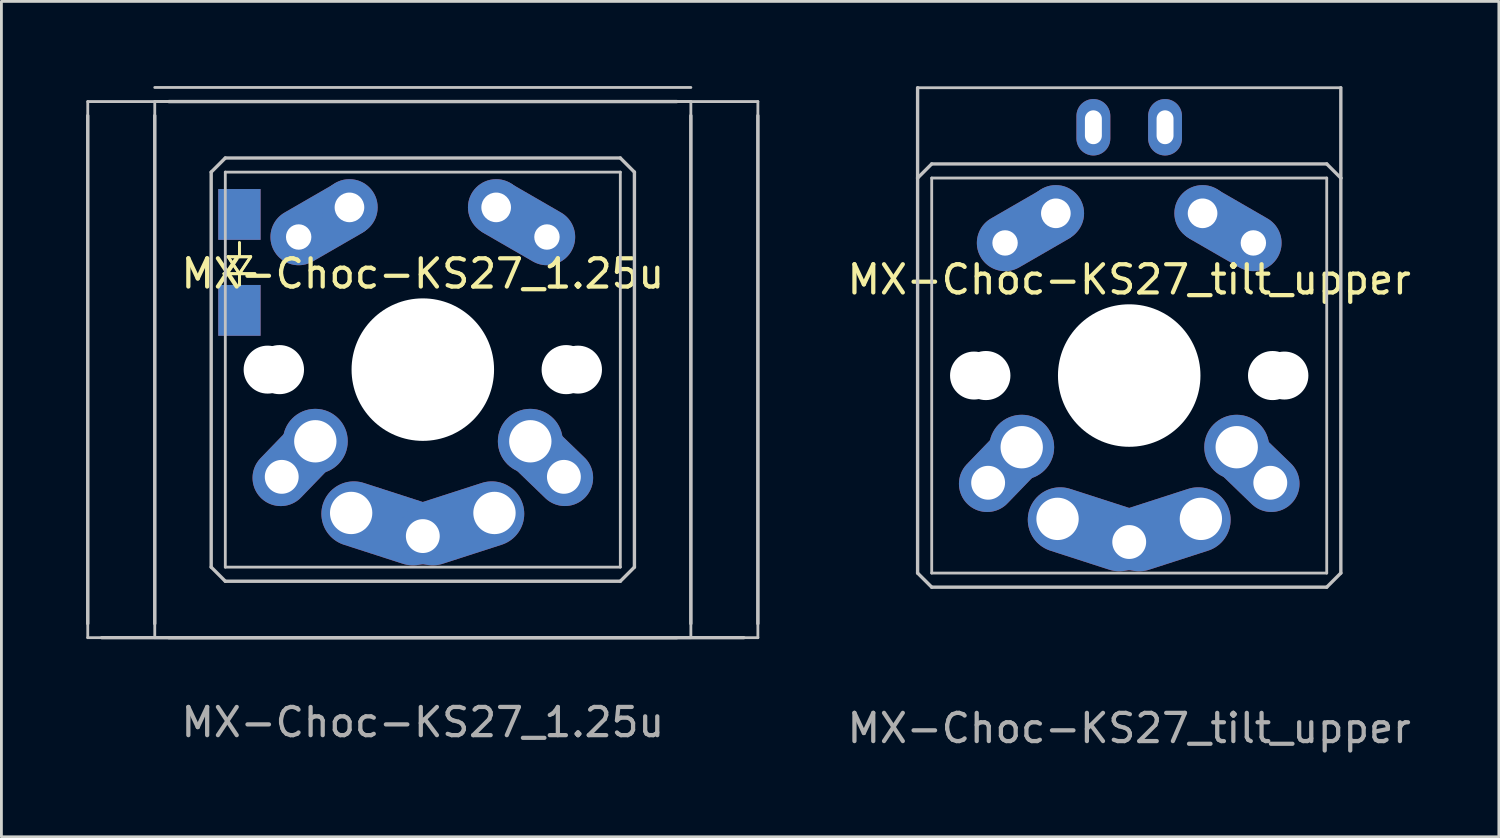
<source format=kicad_pcb>
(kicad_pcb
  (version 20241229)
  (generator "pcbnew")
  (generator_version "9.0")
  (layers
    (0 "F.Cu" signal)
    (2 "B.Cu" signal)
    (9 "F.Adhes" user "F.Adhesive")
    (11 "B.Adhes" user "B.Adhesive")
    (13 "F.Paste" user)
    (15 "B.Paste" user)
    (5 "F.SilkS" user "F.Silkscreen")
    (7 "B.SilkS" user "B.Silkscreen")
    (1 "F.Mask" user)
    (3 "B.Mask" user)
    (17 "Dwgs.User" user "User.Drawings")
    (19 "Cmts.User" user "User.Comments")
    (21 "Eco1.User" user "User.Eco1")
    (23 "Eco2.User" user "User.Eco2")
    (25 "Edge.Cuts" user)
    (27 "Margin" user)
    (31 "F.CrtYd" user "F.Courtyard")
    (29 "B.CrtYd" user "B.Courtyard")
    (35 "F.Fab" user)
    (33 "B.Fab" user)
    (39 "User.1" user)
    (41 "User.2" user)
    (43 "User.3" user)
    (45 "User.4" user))
  (footprint "MX-Choc-KS27_1.25u"
    (layer "F.Cu")
    (at 11.935 10.05)
    (property "Reference" "MX-Choc-KS27_1.25u" (at 0 -3.4 0) (unlocked yes) (layer "F.SilkS") (effects (font (size 1 1) (thickness 0.15))))
    (attr smd)
    (fp_line (start -6.9 -4) (end -6.5 -3.4) (stroke (width 0.1) (type solid)) (layer "F.SilkS"))
    (fp_line (start -6.9 -4) (end -6.5 -3.4) (stroke (width 0.1) (type solid)) (layer "F.SilkS"))
    (fp_line (start -6.5 -4) (end -6.5 -4.5) (stroke (width 0.1) (type solid)) (layer "F.SilkS"))
    (fp_line (start -6.5 -4) (end -6.5 -4.5) (stroke (width 0.1) (type solid)) (layer "F.SilkS"))
    (fp_line (start -6.5 -3.4) (end -7.05 -3.4) (stroke (width 0.1) (type solid)) (layer "F.SilkS"))
    (fp_line (start -6.5 -3.4) (end -7.05 -3.4) (stroke (width 0.1) (type solid)) (layer "F.SilkS"))
    (fp_line (start -6.5 -3.4) (end -6.1 -4) (stroke (width 0.1) (type solid)) (layer "F.SilkS"))
    (fp_line (start -6.5 -3.4) (end -6.1 -4) (stroke (width 0.1) (type solid)) (layer "F.SilkS"))
    (fp_line (start -6.5 -3.4) (end -5.95 -3.4) (stroke (width 0.1) (type solid)) (layer "F.SilkS"))
    (fp_line (start -6.5 -3.4) (end -5.95 -3.4) (stroke (width 0.1) (type solid)) (layer "F.SilkS"))
    (fp_line (start -6.5 -3) (end -6.5 -3.4) (stroke (width 0.1) (type solid)) (layer "F.SilkS"))
    (fp_line (start -6.5 -3) (end -6.5 -3.4) (stroke (width 0.1) (type solid)) (layer "F.SilkS"))
    (fp_line (start -6.1 -4) (end -6.9 -4) (stroke (width 0.1) (type solid)) (layer "F.SilkS"))
    (fp_line (start -6.1 -4) (end -6.9 -4) (stroke (width 0.1) (type solid)) (layer "F.SilkS"))
    (fp_line (start -11.875 -9.5) (end 11.875 -9.5) (stroke (width 0.1) (type solid)) (layer "Dwgs.User"))
    (fp_line (start -11.875 9) (end -11.875 -9) (stroke (width 0.12) (type solid)) (layer "Dwgs.User"))
    (fp_line (start -11.875 9.5) (end -11.875 -9.5) (stroke (width 0.1) (type solid)) (layer "Dwgs.User"))
    (fp_line (start -9.5 -10) (end 9.5 -10) (stroke (width 0.1) (type solid)) (layer "Dwgs.User"))
    (fp_line (start -9.5 -9.5) (end 9.5 -9.5) (stroke (width 0.1) (type solid)) (layer "Dwgs.User"))
    (fp_line (start -9.5 9) (end -9.5 -9) (stroke (width 0.12) (type solid)) (layer "Dwgs.User"))
    (fp_line (start -9.5 9.5) (end -9.5 -9.5) (stroke (width 0.1) (type solid)) (layer "Dwgs.User"))
    (fp_line (start -9 -9.5) (end 9 -9.5) (stroke (width 0.12) (type solid)) (layer "Dwgs.User"))
    (fp_line (start -7.5 -7) (end -7 -7.5) (stroke (width 0.12) (type solid)) (layer "Dwgs.User"))
    (fp_line (start -7.5 7) (end -7.5 -7) (stroke (width 0.12) (type solid)) (layer "Dwgs.User"))
    (fp_line (start -7 -7.5) (end 7 -7.5) (stroke (width 0.12) (type solid)) (layer "Dwgs.User"))
    (fp_line (start -7 -7) (end 7 -7) (stroke (width 0.1) (type solid)) (layer "Dwgs.User"))
    (fp_line (start -7 7) (end -7 -7) (stroke (width 0.1) (type solid)) (layer "Dwgs.User"))
    (fp_line (start -7 7.5) (end -7.5 7) (stroke (width 0.12) (type solid)) (layer "Dwgs.User"))
    (fp_line (start 7 -7.5) (end 7.5 -7) (stroke (width 0.12) (type solid)) (layer "Dwgs.User"))
    (fp_line (start 7 -7) (end 7 7) (stroke (width 0.1) (type solid)) (layer "Dwgs.User"))
    (fp_line (start 7 7) (end -7 7) (stroke (width 0.1) (type solid)) (layer "Dwgs.User"))
    (fp_line (start 7 7.5) (end -7 7.5) (stroke (width 0.12) (type solid)) (layer "Dwgs.User"))
    (fp_line (start 7.5 -7) (end 7.5 7) (stroke (width 0.12) (type solid)) (layer "Dwgs.User"))
    (fp_line (start 7.5 7) (end 7 7.5) (stroke (width 0.12) (type solid)) (layer "Dwgs.User"))
    (fp_line (start 9 9.5) (end -9 9.5) (stroke (width 0.12) (type solid)) (layer "Dwgs.User"))
    (fp_line (start 9.5 -9.5) (end 9.5 9.5) (stroke (width 0.1) (type solid)) (layer "Dwgs.User"))
    (fp_line (start 9.5 -9) (end 9.5 9) (stroke (width 0.12) (type solid)) (layer "Dwgs.User"))
    (fp_line (start 9.5 9.5) (end -9.5 9.5) (stroke (width 0.1) (type solid)) (layer "Dwgs.User"))
    (fp_line (start 11.375 9.5) (end -11.375 9.5) (stroke (width 0.12) (type solid)) (layer "Dwgs.User"))
    (fp_line (start 11.875 -9.5) (end 11.875 9.5) (stroke (width 0.1) (type solid)) (layer "Dwgs.User"))
    (fp_line (start 11.875 -9) (end 11.875 9) (stroke (width 0.12) (type solid)) (layer "Dwgs.User"))
    (fp_line (start 11.875 9.5) (end -11.875 9.5) (stroke (width 0.1) (type solid)) (layer "Dwgs.User"))
    (fp_text user "${REFERENCE}" (at 0 12.5 0) (unlocked yes) (layer "F.Fab") (effects (font (size 1 1) (thickness 0.15))))
    (pad "" np_thru_hole circle (at -5.5 0 48.1) (size 1.7 1.7) (drill 1.7) (layers "*.Cu" "*.Mask"))
    (pad "" np_thru_hole circle (at -5.08 0 228.099) (size 1.74 1.74) (drill 1.74) (layers "*.Cu" "*.Mask"))
    (pad "" np_thru_hole circle (at 0 0) (size 5.05 5.05) (drill 5.05) (layers "*.Cu" "*.Mask"))
    (pad "" np_thru_hole circle (at 5.08 0 311.901) (size 1.74 1.74) (drill 1.74) (layers "*.Cu" "*.Mask"))
    (pad "" np_thru_hole circle (at 5.5 0 311.9) (size 1.7 1.7) (drill 1.7) (layers "*.Cu" "*.Mask"))
    (pad "1" thru_hole oval (at -5 3.8 46) (size 3.5 2) (drill 1.2 (offset 0.7 0)) (layers "*.Cu" "*.Mask"))
    (pad "1" thru_hole circle (at -3.81 2.54) (size 2.3 2.3) (drill 1.5) (layers "*.Cu" "*.Mask"))
    (pad "1" thru_hole circle (at 2.6 -5.75 180) (size 2 2) (drill 1.05) (layers "*.Cu" "*.Mask"))
    (pad "1" thru_hole circle (at 3.81 2.54) (size 2.3 2.3) (drill 1.5) (layers "*.Cu" "*.Mask"))
    (pad "1" thru_hole oval (at 4.4 -4.7 150) (size 4 2) (drill 0.9 (offset 1 0)) (layers "*.Cu" "*.Mask"))
    (pad "1" thru_hole oval (at 5 3.8 136) (size 3.5 2) (drill 1.2 (offset 0.7 0)) (layers "*.Cu" "*.Mask"))
    (pad "2" smd rect (at -6.5 -2.1 270) (size 1.8 1.5) (layers "F.Cu" "F.Mask" "F.Paste"))
    (pad "2" smd rect (at -6.5 -2.1 270) (size 1.8 1.5) (layers "B.Cu" "B.Mask" "B.Paste"))
    (pad "3" smd rect (at -6.5 -5.5 270) (size 1.8 1.5) (layers "F.Cu" "F.Mask" "F.Paste"))
    (pad "3" smd rect (at -6.5 -5.5 270) (size 1.8 1.5) (layers "B.Cu" "B.Mask" "B.Paste"))
    (pad "3" thru_hole oval (at -4.4 -4.7 30) (size 4 2) (drill 0.9 (offset 1 0)) (layers "*.Cu" "*.Mask"))
    (pad "3" thru_hole circle (at -2.6 -5.75 180) (size 2 2) (drill 1.05) (layers "*.Cu" "*.Mask"))
    (pad "3" thru_hole oval (at -2.54 5.08 342.1) (size 4.5 2.3) (drill 1.5 (offset 1.2 0)) (layers "*.Cu" "*.Mask"))
    (pad "3" thru_hole circle (at 0 5.9) (size 2 2) (drill 1.2) (layers "*.Cu" "*.Mask"))
    (pad "3" thru_hole oval (at 2.54 5.08 197.9) (size 4.5 2.3) (drill 1.5 (offset 1.2 0)) (layers "*.Cu" "*.Mask")))
  (footprint "MX-Choc-KS27_tilt_upper"
    (layer "F.Cu")
    (at 36.971 10.26)
    (property "Reference" "MX-Choc-KS27_tilt_upper" (at 0 -3.4 0) (unlocked yes) (layer "F.SilkS") (effects (font (size 1 1) (thickness 0.15))))
    (attr smd)
    (fp_line (start -7.5 -10.2) (end 7.5 -10.2) (stroke (width 0.1) (type solid)) (layer "Dwgs.User"))
    (fp_line (start -7.5 -7) (end -7.5 -10.2) (stroke (width 0.12) (type solid)) (layer "Dwgs.User"))
    (fp_line (start -7.5 -7) (end -7 -7.5) (stroke (width 0.12) (type solid)) (layer "Dwgs.User"))
    (fp_line (start -7.5 7) (end -7.5 -7) (stroke (width 0.12) (type solid)) (layer "Dwgs.User"))
    (fp_line (start -7 -7.5) (end 7 -7.5) (stroke (width 0.12) (type solid)) (layer "Dwgs.User"))
    (fp_line (start -7 -7) (end 7 -7) (stroke (width 0.1) (type solid)) (layer "Dwgs.User"))
    (fp_line (start -7 7) (end -7 -7) (stroke (width 0.1) (type solid)) (layer "Dwgs.User"))
    (fp_line (start -7 7.5) (end -7.5 7) (stroke (width 0.12) (type solid)) (layer "Dwgs.User"))
    (fp_line (start 7 -7.5) (end 7.5 -7) (stroke (width 0.12) (type solid)) (layer "Dwgs.User"))
    (fp_line (start 7 -7) (end 7 7) (stroke (width 0.1) (type solid)) (layer "Dwgs.User"))
    (fp_line (start 7 7) (end -7 7) (stroke (width 0.1) (type solid)) (layer "Dwgs.User"))
    (fp_line (start 7 7.5) (end -7 7.5) (stroke (width 0.12) (type solid)) (layer "Dwgs.User"))
    (fp_line (start 7.5 -7) (end 7.5 -10.2) (stroke (width 0.12) (type solid)) (layer "Dwgs.User"))
    (fp_line (start 7.5 -7) (end 7.5 7) (stroke (width 0.12) (type solid)) (layer "Dwgs.User"))
    (fp_line (start 7.5 7) (end 7 7.5) (stroke (width 0.12) (type solid)) (layer "Dwgs.User"))
    (fp_text user "${REFERENCE}" (at 0 12.5 0) (unlocked yes) (layer "F.Fab") (effects (font (size 1 1) (thickness 0.15))))
    (pad "" np_thru_hole circle (at -5.5 0 48.1) (size 1.7 1.7) (drill 1.7) (layers "*.Cu" "*.Mask"))
    (pad "" np_thru_hole circle (at -5.08 0 228.099) (size 1.74 1.74) (drill 1.74) (layers "*.Cu" "*.Mask"))
    (pad "" np_thru_hole circle (at 0 0) (size 5.05 5.05) (drill 5.05) (layers "*.Cu" "*.Mask"))
    (pad "" np_thru_hole circle (at 5.08 0 311.901) (size 1.74 1.74) (drill 1.74) (layers "*.Cu" "*.Mask"))
    (pad "" np_thru_hole circle (at 5.5 0 311.9) (size 1.7 1.7) (drill 1.7) (layers "*.Cu" "*.Mask"))
    (pad "1" thru_hole oval (at -5 3.8 46) (size 3.5 2) (drill 1.2 (offset 0.7 0)) (layers "*.Cu" "*.Mask"))
    (pad "1" thru_hole circle (at -3.81 2.54) (size 2.3 2.3) (drill 1.5) (layers "*.Cu" "*.Mask"))
    (pad "1" thru_hole oval (at 1.27 -8.8 180) (size 1.2 2) (drill oval 0.6 1.2) (layers "*.Cu" "*.Mask"))
    (pad "1" thru_hole circle (at 2.6 -5.75 180) (size 2 2) (drill 1.05) (layers "*.Cu" "*.Mask"))
    (pad "1" thru_hole circle (at 3.81 2.54) (size 2.3 2.3) (drill 1.5) (layers "*.Cu" "*.Mask"))
    (pad "1" thru_hole oval (at 4.4 -4.7 150) (size 4 2) (drill 0.9 (offset 1 0)) (layers "*.Cu" "*.Mask"))
    (pad "1" thru_hole oval (at 5 3.8 136) (size 3.5 2) (drill 1.2 (offset 0.7 0)) (layers "*.Cu" "*.Mask"))
    (pad "3" thru_hole oval (at -4.4 -4.7 30) (size 4 2) (drill 0.9 (offset 1 0)) (layers "*.Cu" "*.Mask"))
    (pad "3" thru_hole circle (at -2.6 -5.75 180) (size 2 2) (drill 1.05) (layers "*.Cu" "*.Mask"))
    (pad "3" thru_hole oval (at -2.54 5.08 342.1) (size 4.5 2.3) (drill 1.5 (offset 1.2 0)) (layers "*.Cu" "*.Mask"))
    (pad "3" thru_hole oval (at -1.27 -8.8 180) (size 1.2 2) (drill oval 0.6 1.2) (layers "*.Cu" "*.Mask"))
    (pad "3" thru_hole circle (at 0 5.9) (size 2 2) (drill 1.2) (layers "*.Cu" "*.Mask"))
    (pad "3" thru_hole oval (at 2.54 5.08 197.9) (size 4.5 2.3) (drill 1.5 (offset 1.2 0)) (layers "*.Cu" "*.Mask")))
  (gr_rect
    (start -3 -3)
    (end 50.072 26.608)
    (stroke (width 0.1) (type default))
    (fill no)
    (layer "Edge.Cuts")))
</source>
